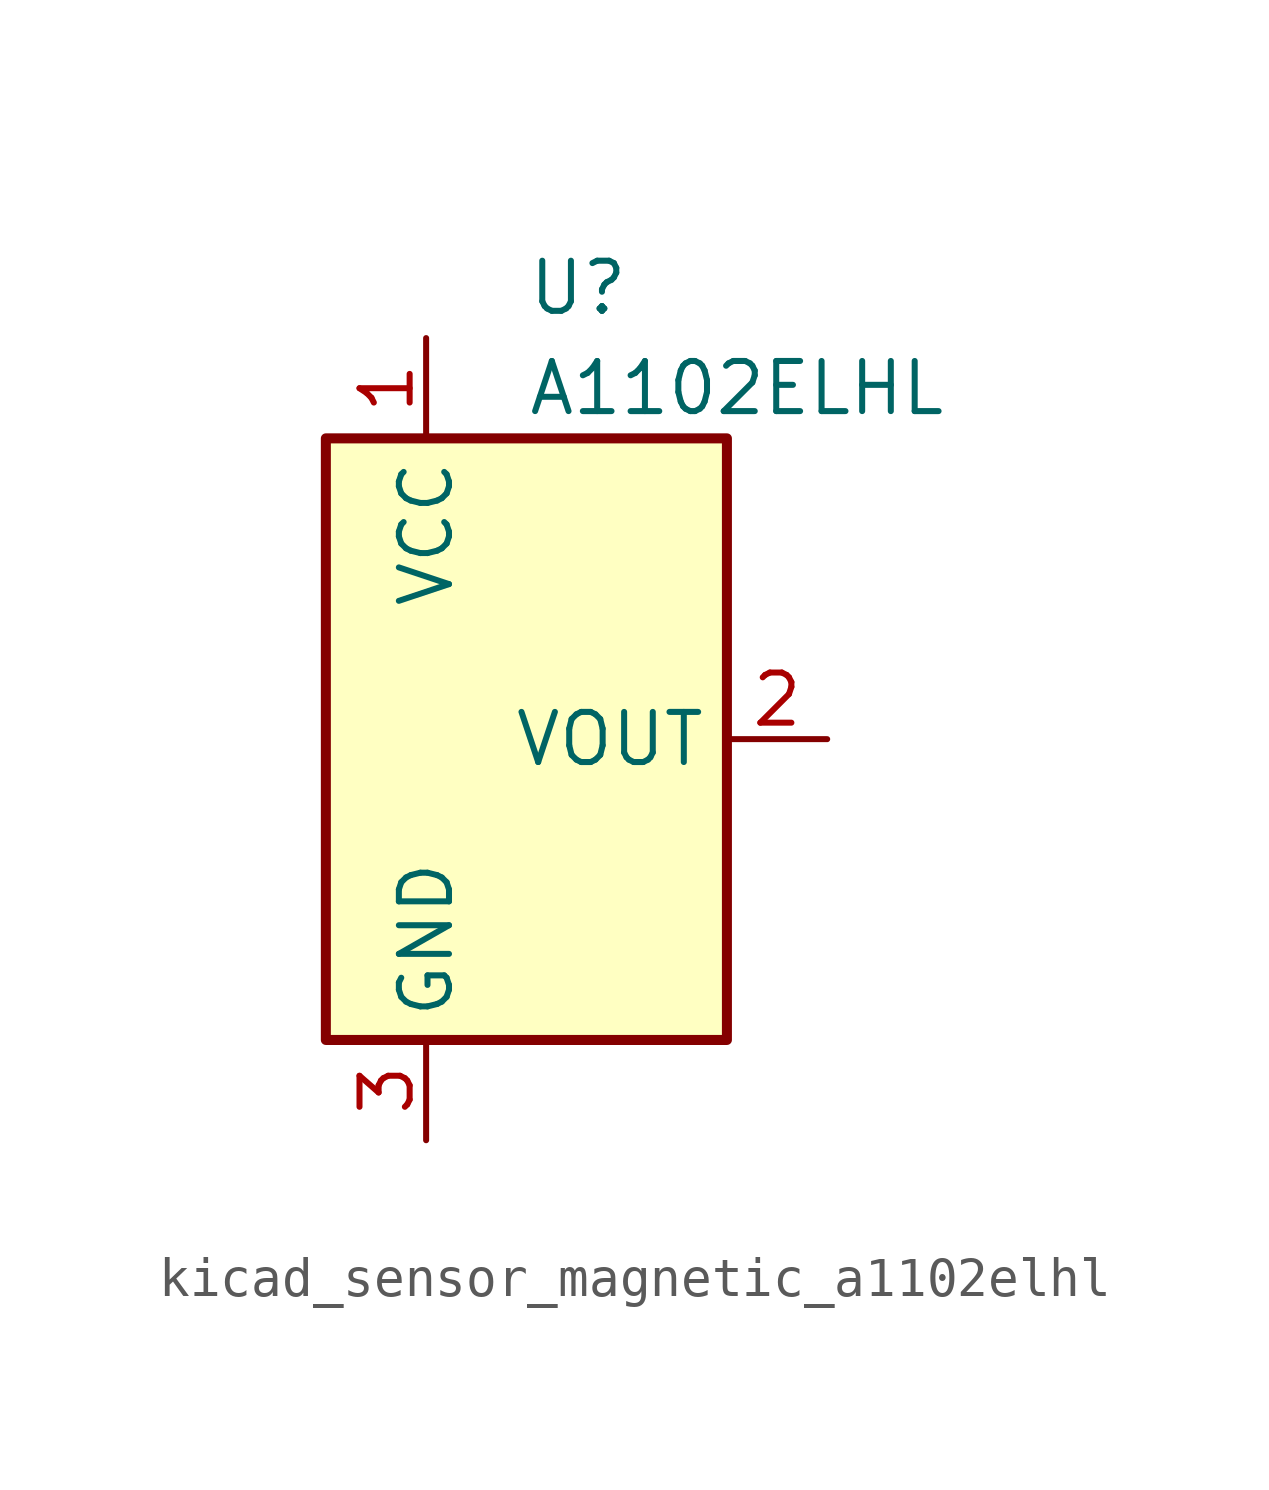
<source format=kicad_sym>
(kicad_symbol_lib
  (version 20220914)
  (generator kicad_symbol_editor)
  (symbol "kicad_sensor_magnetic_a1102elhl"
    (property "Reference" "U"
      (at 0 11.43 0)
      (effects (font (size 1.27 1.27)) (justify left)))
    (property "Value" "A1102ELHL"
      (at 0 8.89 0)
      (effects (font (size 1.27 1.27)) (justify left)))
    (symbol "kicad_sensor_magnetic_a1102elhl_0_1"
      (rectangle (start -5.08 7.62) (end 5.08 -7.62) (stroke (width 0.254) (type default)) (fill (type background))))
    (symbol "kicad_sensor_magnetic_a1102elhl_1_1"
      (pin power_in line (at -2.54 10.16 270) (length 2.54) (name "VCC" (effects (font (size 1.27 1.27)))) (number "1" (effects (font (size 1.27 1.27)))))
      (pin open_collector line (at 7.62 0 180) (length 2.54) (name "VOUT" (effects (font (size 1.27 1.27)))) (number "2" (effects (font (size 1.27 1.27)))))
      (pin power_in line (at -2.54 -10.16 90) (length 2.54) (name "GND" (effects (font (size 1.27 1.27)))) (number "3" (effects (font (size 1.27 1.27))))))))
</source>
